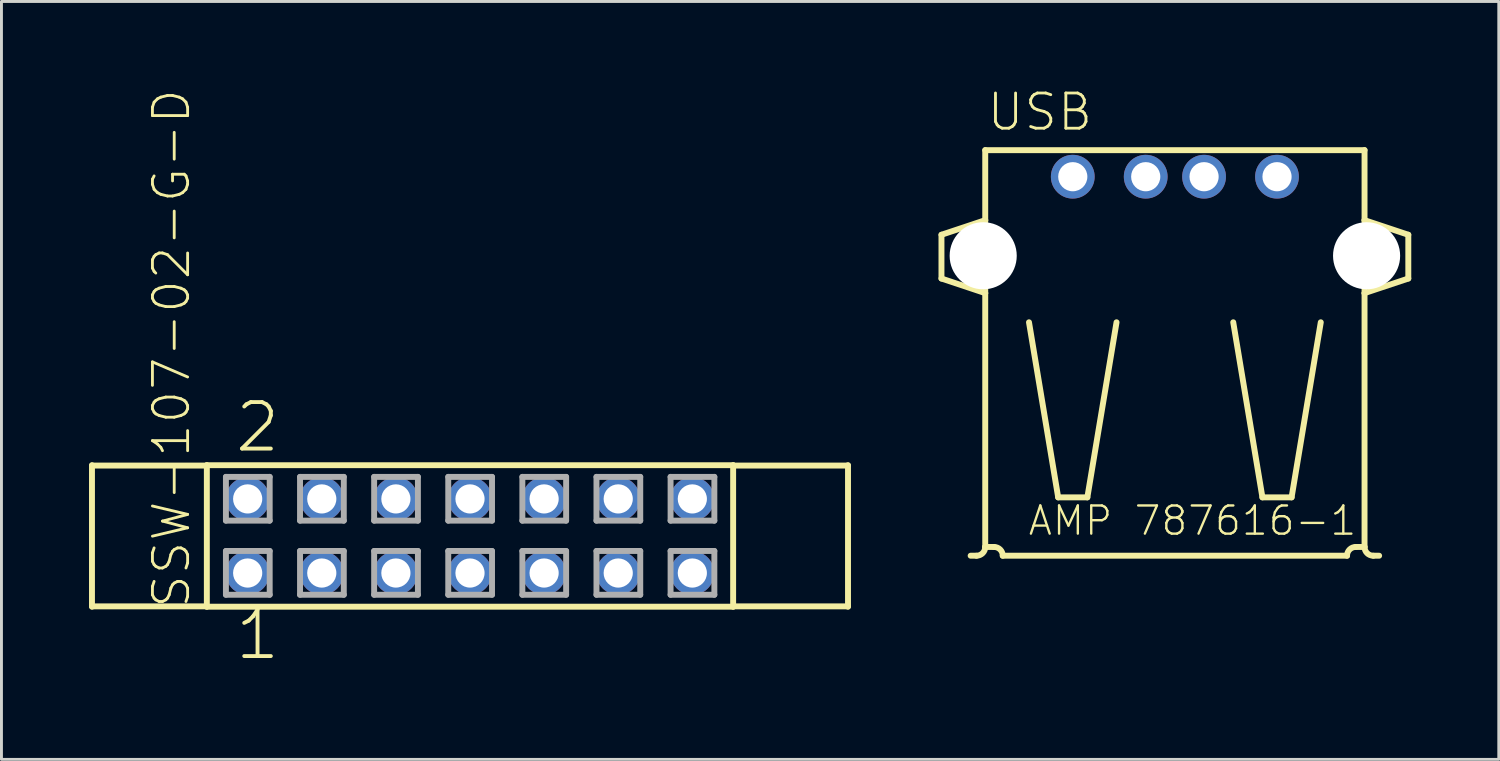
<source format=kicad_pcb>
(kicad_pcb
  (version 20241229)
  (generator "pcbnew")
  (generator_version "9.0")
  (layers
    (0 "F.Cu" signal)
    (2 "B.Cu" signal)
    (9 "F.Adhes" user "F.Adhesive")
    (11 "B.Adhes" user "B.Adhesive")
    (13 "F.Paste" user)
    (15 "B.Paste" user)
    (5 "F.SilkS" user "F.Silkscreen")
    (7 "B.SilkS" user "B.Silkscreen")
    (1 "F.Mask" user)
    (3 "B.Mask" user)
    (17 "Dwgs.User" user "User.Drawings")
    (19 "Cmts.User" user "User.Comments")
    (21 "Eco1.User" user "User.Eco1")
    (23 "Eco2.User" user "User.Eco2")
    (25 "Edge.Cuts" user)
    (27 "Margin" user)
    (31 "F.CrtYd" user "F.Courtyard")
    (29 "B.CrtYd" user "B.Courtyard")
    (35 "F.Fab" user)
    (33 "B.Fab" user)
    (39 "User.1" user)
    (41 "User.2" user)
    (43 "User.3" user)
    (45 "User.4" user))
  (footprint "USB"
    (layer "F.Cu")
    (at 37.217 15.996)
    (property "Reference" "USB" (at -6.5 -14.5 180) (layer "F.SilkS") (effects (font (size 1.206 1.206) (thickness 0.097)) (justify left bottom)))
    (attr through_hole)
    (fp_line (start -8 -11) (end -8 -9.5) (stroke (width 0.203) (type solid)) (layer "F.SilkS"))
    (fp_line (start -8 -9.5) (end -6.5 -9) (stroke (width 0.203) (type solid)) (layer "F.SilkS"))
    (fp_line (start -6.8 0) (end -7 0) (stroke (width 0.203) (type solid)) (layer "F.SilkS"))
    (fp_line (start -6.5 -13.9) (end -6.5 -11.5) (stroke (width 0.203) (type solid)) (layer "F.SilkS"))
    (fp_line (start -6.5 -11.5) (end -8 -11) (stroke (width 0.203) (type solid)) (layer "F.SilkS"))
    (fp_line (start -6.5 -11.5) (end -6.5 -9) (stroke (width 0.203) (type solid)) (layer "F.SilkS"))
    (fp_line (start -6.5 -9) (end -6.5 -0.3) (stroke (width 0.203) (type solid)) (layer "F.SilkS"))
    (fp_line (start -6.5 -0.3) (end -6.5 -0.3) (stroke (width 0.203) (type solid)) (layer "F.SilkS"))
    (fp_line (start -6.5 -0.3) (end -6.2 -0.3) (stroke (width 0.203) (type solid)) (layer "F.SilkS"))
    (fp_line (start -5.9 0) (end 5.9 0) (stroke (width 0.203) (type solid)) (layer "F.SilkS"))
    (fp_line (start -5 -8) (end -4 -2) (stroke (width 0.203) (type solid)) (layer "F.SilkS"))
    (fp_line (start -4 -2) (end -3 -2) (stroke (width 0.203) (type solid)) (layer "F.SilkS"))
    (fp_line (start -3 -2) (end -2 -8) (stroke (width 0.203) (type solid)) (layer "F.SilkS"))
    (fp_line (start 3 -2) (end 2 -8) (stroke (width 0.203) (type solid)) (layer "F.SilkS"))
    (fp_line (start 4 -2) (end 3 -2) (stroke (width 0.203) (type solid)) (layer "F.SilkS"))
    (fp_line (start 5 -8) (end 4 -2) (stroke (width 0.203) (type solid)) (layer "F.SilkS"))
    (fp_line (start 6.2 -0.3) (end 6.5 -0.3) (stroke (width 0.203) (type solid)) (layer "F.SilkS"))
    (fp_line (start 6.5 -13.9) (end -6.5 -13.9) (stroke (width 0.203) (type solid)) (layer "F.SilkS"))
    (fp_line (start 6.5 -11.5) (end 6.5 -13.9) (stroke (width 0.203) (type solid)) (layer "F.SilkS"))
    (fp_line (start 6.5 -11.5) (end 8 -11) (stroke (width 0.203) (type solid)) (layer "F.SilkS"))
    (fp_line (start 6.5 -9) (end 6.5 -11.5) (stroke (width 0.203) (type solid)) (layer "F.SilkS"))
    (fp_line (start 6.5 -0.3) (end 6.5 -9) (stroke (width 0.203) (type solid)) (layer "F.SilkS"))
    (fp_line (start 6.8 0) (end 7 0) (stroke (width 0.203) (type solid)) (layer "F.SilkS"))
    (fp_line (start 8 -11) (end 8 -9.5) (stroke (width 0.203) (type solid)) (layer "F.SilkS"))
    (fp_line (start 8 -9.5) (end 6.5 -9) (stroke (width 0.203) (type solid)) (layer "F.SilkS"))
    (fp_arc (start -6.4999 -0.3) (mid -6.587768 -0.087868) (end -6.7999 0) (stroke (width 0.2032) (type solid)) (layer "F.SilkS"))
    (fp_arc (start -6.2 -0.3) (mid -5.987868 -0.212132) (end -5.9 0) (stroke (width 0.2032) (type solid)) (layer "F.SilkS"))
    (fp_arc (start 5.9 0) (mid 5.987862 -0.212167) (end 6.199999 -0.300099) (stroke (width 0.2032) (type solid)) (layer "F.SilkS"))
    (fp_arc (start 6.8 0) (mid 6.587868 -0.087868) (end 6.5 -0.3) (stroke (width 0.2032) (type solid)) (layer "F.SilkS"))
    (fp_text user "AMP 787616-1" (at -5.08 -0.635 0) (layer "F.SilkS") (effects (font (size 0.965 0.965) (thickness 0.081)) (justify left bottom)))
    (pad "" np_thru_hole circle (at -6.57 -10.28) (size 2.3 2.3) (drill 2.3) (layers "*.Cu" "*.Mask"))
    (pad "" np_thru_hole circle (at 6.57 -10.28) (size 2.3 2.3) (drill 2.3) (layers "*.Cu" "*.Mask"))
    (pad "1" thru_hole circle (at -3.5 -12.99) (size 1.5 1.5) (drill 1) (layers "*.Cu" "*.Mask"))
    (pad "2" thru_hole circle (at -1 -12.99) (size 1.5 1.5) (drill 1) (layers "*.Cu" "*.Mask"))
    (pad "3" thru_hole circle (at 1 -12.99) (size 1.5 1.5) (drill 1) (layers "*.Cu" "*.Mask"))
    (pad "4" thru_hole circle (at 3.5 -12.99) (size 1.5 1.5) (drill 1) (layers "*.Cu" "*.Mask")))
  (footprint "SSW-107-02-G-D"
    (layer "F.Cu")
    (at 13.058 15.319)
    (property "Reference" "SSW-107-02-G-D" (at -9.525 2.54 90) (layer "F.SilkS") (effects (font (size 1.206 1.206) (thickness 0.097)) (justify left bottom)))
    (attr through_hole)
    (fp_line (start -12.956 2.425) (end -12.956 -2.425) (stroke (width 0.203) (type solid)) (layer "F.SilkS"))
    (fp_line (start -12.954 -2.413) (end -9.017 -2.413) (stroke (width 0.203) (type solid)) (layer "F.SilkS"))
    (fp_line (start -12.954 2.413) (end -9.017 2.413) (stroke (width 0.203) (type solid)) (layer "F.SilkS"))
    (fp_line (start -9.019 -2.425) (end 9.019 -2.425) (stroke (width 0.203) (type solid)) (layer "F.SilkS"))
    (fp_line (start -9.019 2.425) (end -9.019 -2.425) (stroke (width 0.203) (type solid)) (layer "F.SilkS"))
    (fp_line (start 9.019 -2.425) (end 9.019 2.425) (stroke (width 0.203) (type solid)) (layer "F.SilkS"))
    (fp_line (start 9.019 2.425) (end -9.019 2.425) (stroke (width 0.203) (type solid)) (layer "F.SilkS"))
    (fp_line (start 12.954 -2.413) (end 9.017 -2.413) (stroke (width 0.203) (type solid)) (layer "F.SilkS"))
    (fp_line (start 12.954 2.413) (end 9.017 2.413) (stroke (width 0.203) (type solid)) (layer "F.SilkS"))
    (fp_line (start 12.956 -2.425) (end 12.956 2.425) (stroke (width 0.203) (type solid)) (layer "F.SilkS"))
    (fp_line (start -8.365 -2.025) (end -6.865 -2.025) (stroke (width 0.203) (type solid)) (layer "F.Fab"))
    (fp_line (start -8.365 -0.525) (end -8.365 -2.025) (stroke (width 0.203) (type solid)) (layer "F.Fab"))
    (fp_line (start -8.365 0.515) (end -6.865 0.515) (stroke (width 0.203) (type solid)) (layer "F.Fab"))
    (fp_line (start -8.365 2.015) (end -8.365 0.515) (stroke (width 0.203) (type solid)) (layer "F.Fab"))
    (fp_line (start -6.865 -2.025) (end -6.865 -0.525) (stroke (width 0.203) (type solid)) (layer "F.Fab"))
    (fp_line (start -6.865 -0.525) (end -8.365 -0.525) (stroke (width 0.203) (type solid)) (layer "F.Fab"))
    (fp_line (start -6.865 0.515) (end -6.865 2.015) (stroke (width 0.203) (type solid)) (layer "F.Fab"))
    (fp_line (start -6.865 2.015) (end -8.365 2.015) (stroke (width 0.203) (type solid)) (layer "F.Fab"))
    (fp_line (start -5.825 -2.025) (end -4.325 -2.025) (stroke (width 0.203) (type solid)) (layer "F.Fab"))
    (fp_line (start -5.825 -0.525) (end -5.825 -2.025) (stroke (width 0.203) (type solid)) (layer "F.Fab"))
    (fp_line (start -5.825 0.515) (end -4.325 0.515) (stroke (width 0.203) (type solid)) (layer "F.Fab"))
    (fp_line (start -5.825 2.015) (end -5.825 0.515) (stroke (width 0.203) (type solid)) (layer "F.Fab"))
    (fp_line (start -4.325 -2.025) (end -4.325 -0.525) (stroke (width 0.203) (type solid)) (layer "F.Fab"))
    (fp_line (start -4.325 -0.525) (end -5.825 -0.525) (stroke (width 0.203) (type solid)) (layer "F.Fab"))
    (fp_line (start -4.325 0.515) (end -4.325 2.015) (stroke (width 0.203) (type solid)) (layer "F.Fab"))
    (fp_line (start -4.325 2.015) (end -5.825 2.015) (stroke (width 0.203) (type solid)) (layer "F.Fab"))
    (fp_line (start -3.285 -2.025) (end -1.785 -2.025) (stroke (width 0.203) (type solid)) (layer "F.Fab"))
    (fp_line (start -3.285 -0.525) (end -3.285 -2.025) (stroke (width 0.203) (type solid)) (layer "F.Fab"))
    (fp_line (start -3.285 0.515) (end -1.785 0.515) (stroke (width 0.203) (type solid)) (layer "F.Fab"))
    (fp_line (start -3.285 2.015) (end -3.285 0.515) (stroke (width 0.203) (type solid)) (layer "F.Fab"))
    (fp_line (start -1.785 -2.025) (end -1.785 -0.525) (stroke (width 0.203) (type solid)) (layer "F.Fab"))
    (fp_line (start -1.785 -0.525) (end -3.285 -0.525) (stroke (width 0.203) (type solid)) (layer "F.Fab"))
    (fp_line (start -1.785 0.515) (end -1.785 2.015) (stroke (width 0.203) (type solid)) (layer "F.Fab"))
    (fp_line (start -1.785 2.015) (end -3.285 2.015) (stroke (width 0.203) (type solid)) (layer "F.Fab"))
    (fp_line (start -0.745 -2.025) (end 0.755 -2.025) (stroke (width 0.203) (type solid)) (layer "F.Fab"))
    (fp_line (start -0.745 -0.525) (end -0.745 -2.025) (stroke (width 0.203) (type solid)) (layer "F.Fab"))
    (fp_line (start -0.745 0.515) (end 0.755 0.515) (stroke (width 0.203) (type solid)) (layer "F.Fab"))
    (fp_line (start -0.745 2.015) (end -0.745 0.515) (stroke (width 0.203) (type solid)) (layer "F.Fab"))
    (fp_line (start 0.755 -2.025) (end 0.755 -0.525) (stroke (width 0.203) (type solid)) (layer "F.Fab"))
    (fp_line (start 0.755 -0.525) (end -0.745 -0.525) (stroke (width 0.203) (type solid)) (layer "F.Fab"))
    (fp_line (start 0.755 0.515) (end 0.755 2.015) (stroke (width 0.203) (type solid)) (layer "F.Fab"))
    (fp_line (start 0.755 2.015) (end -0.745 2.015) (stroke (width 0.203) (type solid)) (layer "F.Fab"))
    (fp_line (start 1.795 -2.025) (end 3.295 -2.025) (stroke (width 0.203) (type solid)) (layer "F.Fab"))
    (fp_line (start 1.795 -0.525) (end 1.795 -2.025) (stroke (width 0.203) (type solid)) (layer "F.Fab"))
    (fp_line (start 1.795 0.515) (end 3.295 0.515) (stroke (width 0.203) (type solid)) (layer "F.Fab"))
    (fp_line (start 1.795 2.015) (end 1.795 0.515) (stroke (width 0.203) (type solid)) (layer "F.Fab"))
    (fp_line (start 3.295 -2.025) (end 3.295 -0.525) (stroke (width 0.203) (type solid)) (layer "F.Fab"))
    (fp_line (start 3.295 -0.525) (end 1.795 -0.525) (stroke (width 0.203) (type solid)) (layer "F.Fab"))
    (fp_line (start 3.295 0.515) (end 3.295 2.015) (stroke (width 0.203) (type solid)) (layer "F.Fab"))
    (fp_line (start 3.295 2.015) (end 1.795 2.015) (stroke (width 0.203) (type solid)) (layer "F.Fab"))
    (fp_line (start 4.335 -2.025) (end 5.835 -2.025) (stroke (width 0.203) (type solid)) (layer "F.Fab"))
    (fp_line (start 4.335 -0.525) (end 4.335 -2.025) (stroke (width 0.203) (type solid)) (layer "F.Fab"))
    (fp_line (start 4.335 0.515) (end 5.835 0.515) (stroke (width 0.203) (type solid)) (layer "F.Fab"))
    (fp_line (start 4.335 2.015) (end 4.335 0.515) (stroke (width 0.203) (type solid)) (layer "F.Fab"))
    (fp_line (start 5.835 -2.025) (end 5.835 -0.525) (stroke (width 0.203) (type solid)) (layer "F.Fab"))
    (fp_line (start 5.835 -0.525) (end 4.335 -0.525) (stroke (width 0.203) (type solid)) (layer "F.Fab"))
    (fp_line (start 5.835 0.515) (end 5.835 2.015) (stroke (width 0.203) (type solid)) (layer "F.Fab"))
    (fp_line (start 5.835 2.015) (end 4.335 2.015) (stroke (width 0.203) (type solid)) (layer "F.Fab"))
    (fp_line (start 6.875 -2.025) (end 8.375 -2.025) (stroke (width 0.203) (type solid)) (layer "F.Fab"))
    (fp_line (start 6.875 -0.525) (end 6.875 -2.025) (stroke (width 0.203) (type solid)) (layer "F.Fab"))
    (fp_line (start 6.875 0.515) (end 8.375 0.515) (stroke (width 0.203) (type solid)) (layer "F.Fab"))
    (fp_line (start 6.875 2.015) (end 6.875 0.515) (stroke (width 0.203) (type solid)) (layer "F.Fab"))
    (fp_line (start 8.375 -2.025) (end 8.375 -0.525) (stroke (width 0.203) (type solid)) (layer "F.Fab"))
    (fp_line (start 8.375 -0.525) (end 6.875 -0.525) (stroke (width 0.203) (type solid)) (layer "F.Fab"))
    (fp_line (start 8.375 0.515) (end 8.375 2.015) (stroke (width 0.203) (type solid)) (layer "F.Fab"))
    (fp_line (start 8.375 2.015) (end 6.875 2.015) (stroke (width 0.203) (type solid)) (layer "F.Fab"))
    (fp_text user "1" (at -8.128 4.318 0) (layer "F.SilkS") (effects (font (size 1.593 1.593) (thickness 0.134)) (justify left bottom)))
    (fp_text user "2" (at -8.128 -2.794 0) (layer "F.SilkS") (effects (font (size 1.593 1.593) (thickness 0.134)) (justify left bottom)))
    (pad "1" thru_hole circle (at -7.62 1.27) (size 1.5 1.5) (drill 1) (layers "*.Cu" "*.Mask"))
    (pad "2" thru_hole circle (at -7.62 -1.27) (size 1.5 1.5) (drill 1) (layers "*.Cu" "*.Mask"))
    (pad "3" thru_hole circle (at -5.08 1.27) (size 1.5 1.5) (drill 1) (layers "*.Cu" "*.Mask"))
    (pad "4" thru_hole circle (at -5.08 -1.27) (size 1.5 1.5) (drill 1) (layers "*.Cu" "*.Mask"))
    (pad "5" thru_hole circle (at -2.54 1.27) (size 1.5 1.5) (drill 1) (layers "*.Cu" "*.Mask"))
    (pad "6" thru_hole circle (at -2.54 -1.27) (size 1.5 1.5) (drill 1) (layers "*.Cu" "*.Mask"))
    (pad "7" thru_hole circle (at 0 1.27) (size 1.5 1.5) (drill 1) (layers "*.Cu" "*.Mask"))
    (pad "8" thru_hole circle (at 0 -1.27) (size 1.5 1.5) (drill 1) (layers "*.Cu" "*.Mask"))
    (pad "9" thru_hole circle (at 2.54 1.27) (size 1.5 1.5) (drill 1) (layers "*.Cu" "*.Mask"))
    (pad "10" thru_hole circle (at 2.54 -1.27) (size 1.5 1.5) (drill 1) (layers "*.Cu" "*.Mask"))
    (pad "11" thru_hole circle (at 5.08 1.27) (size 1.5 1.5) (drill 1) (layers "*.Cu" "*.Mask"))
    (pad "12" thru_hole circle (at 5.08 -1.27) (size 1.5 1.5) (drill 1) (layers "*.Cu" "*.Mask"))
    (pad "13" thru_hole circle (at 7.62 1.27) (size 1.5 1.5) (drill 1) (layers "*.Cu" "*.Mask"))
    (pad "14" thru_hole circle (at 7.62 -1.27) (size 1.5 1.5) (drill 1) (layers "*.Cu" "*.Mask")))
  (gr_rect
    (start -3 -3)
    (end 48.318 22.976)
    (stroke (width 0.1) (type default))
    (fill no)
    (layer "Edge.Cuts")))
</source>
